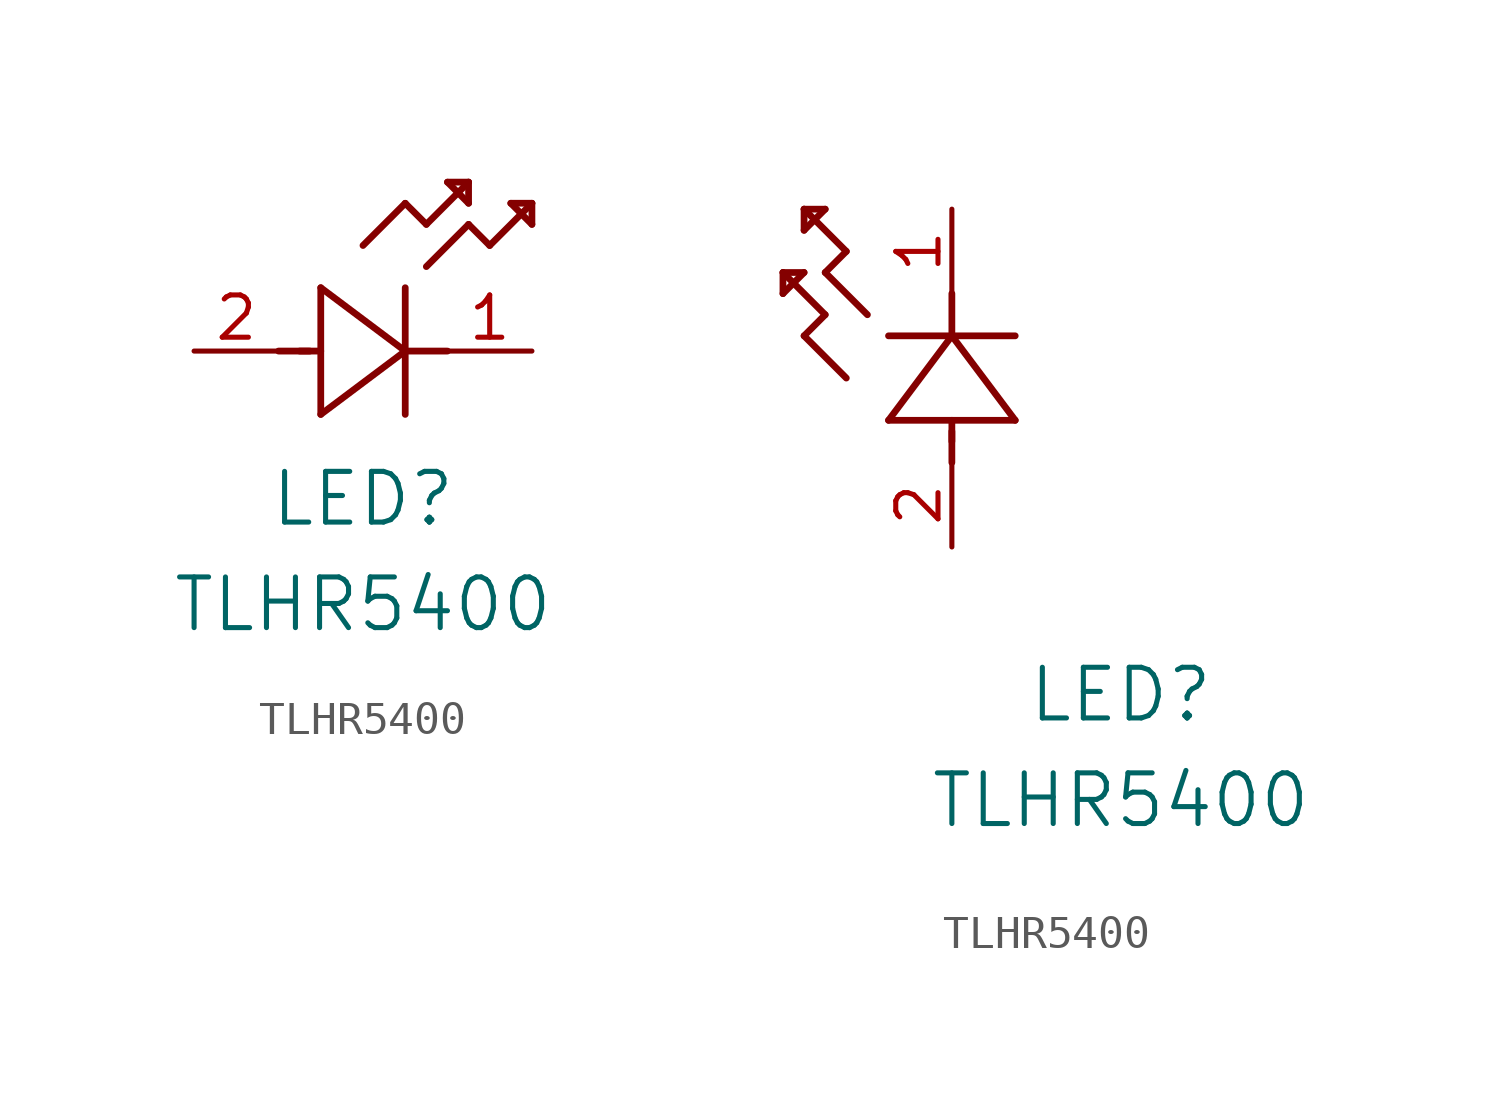
<source format=kicad_sym>
(kicad_symbol_lib
  (version 20211014)
  (generator kicad_symbol_editor)
  (symbol "TLHR5400"
    (pin_names
      (offset 0.254))
    (property "Reference" "LED"
      (at 5.08 -4.445 0)
      (effects (font (size 1.524 1.524))))
    (property "Value" "TLHR5400"
      (at 5.08 -7.62 0)
      (effects (font (size 1.524 1.524))))
    (symbol "TLHR5400_1_1"
      (polyline (pts (xy 2.54 0) (xy 3.48 0)) (stroke (width 0.203) (type default) (color 0 0 0 0)) (fill (type none)))
      (polyline (pts (xy 3.81 1.905) (xy 3.81 -1.905)) (stroke (width 0.203) (type default) (color 0 0 0 0)) (fill (type none)))
      (polyline (pts (xy 3.175 0) (xy 3.81 0)) (stroke (width 0.203) (type default) (color 0 0 0 0)) (fill (type none)))
      (polyline (pts (xy 6.35 -1.905) (xy 6.35 1.905)) (stroke (width 0.203) (type default) (color 0 0 0 0)) (fill (type none)))
      (polyline (pts (xy 6.35 0) (xy 7.62 0)) (stroke (width 0.203) (type default) (color 0 0 0 0)) (fill (type none)))
      (polyline (pts (xy 6.35 4.445) (xy 6.985 3.81)) (stroke (width 0.203) (type default) (color 0 0 0 0)) (fill (type none)))
      (polyline (pts (xy 6.985 3.81) (xy 8.255 5.08)) (stroke (width 0.203) (type default) (color 0 0 0 0)) (fill (type none)))
      (polyline (pts (xy 8.255 3.81) (xy 8.89 3.175)) (stroke (width 0.203) (type default) (color 0 0 0 0)) (fill (type none)))
      (polyline (pts (xy 8.89 3.175) (xy 10.16 4.445)) (stroke (width 0.203) (type default) (color 0 0 0 0)) (fill (type none)))
      (polyline (pts (xy 8.255 5.08) (xy 7.62 5.08)) (stroke (width 0.203) (type default) (color 0 0 0 0)) (fill (type none)))
      (polyline (pts (xy 7.62 5.08) (xy 8.255 4.445)) (stroke (width 0.203) (type default) (color 0 0 0 0)) (fill (type none)))
      (polyline (pts (xy 8.255 4.445) (xy 8.255 5.08)) (stroke (width 0.203) (type default) (color 0 0 0 0)) (fill (type none)))
      (polyline (pts (xy 10.16 4.445) (xy 9.525 4.445)) (stroke (width 0.203) (type default) (color 0 0 0 0)) (fill (type none)))
      (polyline (pts (xy 9.525 4.445) (xy 10.16 3.81)) (stroke (width 0.203) (type default) (color 0 0 0 0)) (fill (type none)))
      (polyline (pts (xy 10.16 3.81) (xy 10.16 4.445)) (stroke (width 0.203) (type default) (color 0 0 0 0)) (fill (type none)))
      (polyline (pts (xy 6.985 2.54) (xy 8.255 3.81)) (stroke (width 0.203) (type default) (color 0 0 0 0)) (fill (type none)))
      (polyline (pts (xy 6.35 0) (xy 3.81 1.905)) (stroke (width 0.203) (type default) (color 0 0 0 0)) (fill (type none)))
      (polyline (pts (xy 3.81 -1.905) (xy 6.35 0)) (stroke (width 0.203) (type default) (color 0 0 0 0)) (fill (type none)))
      (polyline (pts (xy 5.08 3.175) (xy 6.35 4.445)) (stroke (width 0.203) (type default) (color 0 0 0 0)) (fill (type none)))
      (pin unspecified line (at 10.16 0 180) (length 2.54) (name "" (effects (font (size 1.27 1.27)))) (number "1" (effects (font (size 1.27 1.27)))))
      (pin unspecified line (at 0 0 0) (length 2.54) (name "" (effects (font (size 1.27 1.27)))) (number "2" (effects (font (size 1.27 1.27))))))
    (symbol "TLHR5400_1_2"
      (polyline (pts (xy 0 2.54) (xy 0 3.48)) (stroke (width 0.203) (type default) (color 0 0 0 0)) (fill (type none)))
      (polyline (pts (xy -1.905 3.81) (xy 1.905 3.81)) (stroke (width 0.203) (type default) (color 0 0 0 0)) (fill (type none)))
      (polyline (pts (xy 0 3.175) (xy 0 3.81)) (stroke (width 0.203) (type default) (color 0 0 0 0)) (fill (type none)))
      (polyline (pts (xy 1.905 6.35) (xy -1.905 6.35)) (stroke (width 0.203) (type default) (color 0 0 0 0)) (fill (type none)))
      (polyline (pts (xy 0 6.35) (xy 0 7.62)) (stroke (width 0.203) (type default) (color 0 0 0 0)) (fill (type none)))
      (polyline (pts (xy 0 6.35) (xy -1.905 3.81)) (stroke (width 0.203) (type default) (color 0 0 0 0)) (fill (type none)))
      (polyline (pts (xy 1.905 3.81) (xy 0 6.35)) (stroke (width 0.203) (type default) (color 0 0 0 0)) (fill (type none)))
      (polyline (pts (xy -4.445 6.35) (xy -3.81 6.985)) (stroke (width 0.203) (type default) (color 0 0 0 0)) (fill (type none)))
      (polyline (pts (xy -2.54 6.985) (xy -3.81 8.255)) (stroke (width 0.203) (type default) (color 0 0 0 0)) (fill (type none)))
      (polyline (pts (xy -3.175 5.08) (xy -4.445 6.35)) (stroke (width 0.203) (type default) (color 0 0 0 0)) (fill (type none)))
      (polyline (pts (xy -4.445 10.16) (xy -4.445 9.525)) (stroke (width 0.203) (type default) (color 0 0 0 0)) (fill (type none)))
      (polyline (pts (xy -4.445 9.525) (xy -3.81 10.16)) (stroke (width 0.203) (type default) (color 0 0 0 0)) (fill (type none)))
      (polyline (pts (xy -3.81 10.16) (xy -4.445 10.16)) (stroke (width 0.203) (type default) (color 0 0 0 0)) (fill (type none)))
      (polyline (pts (xy -3.81 8.255) (xy -3.175 8.89)) (stroke (width 0.203) (type default) (color 0 0 0 0)) (fill (type none)))
      (polyline (pts (xy -3.175 8.89) (xy -4.445 10.16)) (stroke (width 0.203) (type default) (color 0 0 0 0)) (fill (type none)))
      (polyline (pts (xy -3.81 6.985) (xy -5.08 8.255)) (stroke (width 0.203) (type default) (color 0 0 0 0)) (fill (type none)))
      (polyline (pts (xy -5.08 8.255) (xy -5.08 7.62)) (stroke (width 0.203) (type default) (color 0 0 0 0)) (fill (type none)))
      (polyline (pts (xy -5.08 7.62) (xy -4.445 8.255)) (stroke (width 0.203) (type default) (color 0 0 0 0)) (fill (type none)))
      (polyline (pts (xy -4.445 8.255) (xy -5.08 8.255)) (stroke (width 0.203) (type default) (color 0 0 0 0)) (fill (type none)))
      (pin unspecified line (at 0 10.16 270) (length 2.54) (name "" (effects (font (size 1.27 1.27)))) (number "1" (effects (font (size 1.27 1.27)))))
      (pin unspecified line (at 0 0 90) (length 2.54) (name "" (effects (font (size 1.27 1.27)))) (number "2" (effects (font (size 1.27 1.27))))))))
</source>
